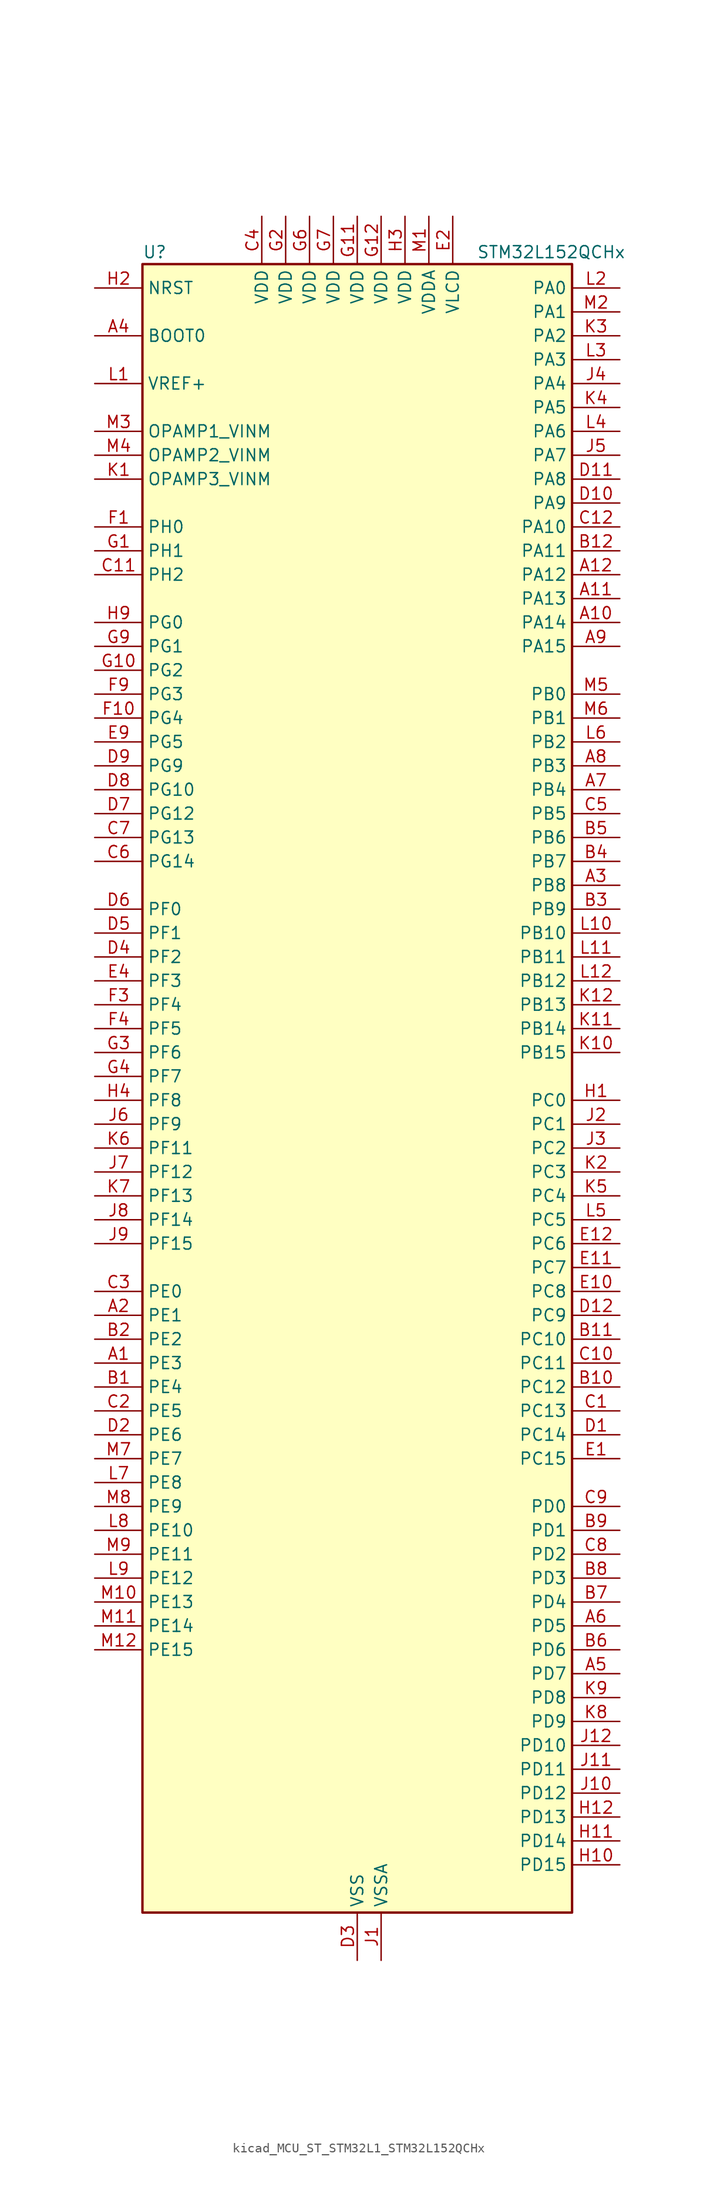
<source format=kicad_sym>
(kicad_symbol_lib
  (version 20220914)
  (generator kicad_symbol_editor)
  (symbol "kicad_MCU_ST_STM32L1_STM32L152QCHx"
    (property "Reference" "U"
      (at -22.86 90.17 0)
      (effects (font (size 1.27 1.27)) (justify left)))
    (property "Value" "STM32L152QCHx"
      (at 12.7 90.17 0)
      (effects (font (size 1.27 1.27)) (justify left)))
    (property "ki_locked" ""
      (at 0 0 0)
      (effects (font (size 1.27 1.27))))
    (symbol "kicad_MCU_ST_STM32L1_STM32L152QCHx_0_1"
      (rectangle (start -22.86 -86.36) (end 22.86 88.9) (stroke (width 0.254) (type default)) (fill (type background))))
    (symbol "kicad_MCU_ST_STM32L1_STM32L152QCHx_1_1"
      (pin bidirectional line (at -27.94 -27.94 0) (length 5.08) (name "PE3" (effects (font (size 1.27 1.27)))) (number "A1" (effects (font (size 1.27 1.27)))) (alternate "LCD_SEG39" bidirectional line) (alternate "SYS_TRACED0" bidirectional line) (alternate "TIM3_CH1" bidirectional line) (alternate "TIMX_IC4" bidirectional line))
      (pin bidirectional line (at 27.94 50.8 180) (length 5.08) (name "PA14" (effects (font (size 1.27 1.27)))) (number "A10" (effects (font (size 1.27 1.27)))) (alternate "SYS_JTCK-SWCLK" bidirectional line) (alternate "TIMX_IC3" bidirectional line) (alternate "TS_G5_IO2" bidirectional line))
      (pin bidirectional line (at 27.94 53.34 180) (length 5.08) (name "PA13" (effects (font (size 1.27 1.27)))) (number "A11" (effects (font (size 1.27 1.27)))) (alternate "SYS_JTMS-SWDIO" bidirectional line) (alternate "TIMX_IC2" bidirectional line) (alternate "TS_G5_IO1" bidirectional line))
      (pin bidirectional line (at 27.94 55.88 180) (length 5.08) (name "PA12" (effects (font (size 1.27 1.27)))) (number "A12" (effects (font (size 1.27 1.27)))) (alternate "SPI1_MOSI" bidirectional line) (alternate "TIMX_IC1" bidirectional line) (alternate "USART1_RTS" bidirectional line) (alternate "USB_DP" bidirectional line))
      (pin bidirectional line (at -27.94 -22.86 0) (length 5.08) (name "PE1" (effects (font (size 1.27 1.27)))) (number "A2" (effects (font (size 1.27 1.27)))) (alternate "LCD_SEG37" bidirectional line) (alternate "TIM11_CH1" bidirectional line) (alternate "TIMX_IC2" bidirectional line))
      (pin bidirectional line (at 27.94 22.86 180) (length 5.08) (name "PB8" (effects (font (size 1.27 1.27)))) (number "A3" (effects (font (size 1.27 1.27)))) (alternate "I2C1_SCL" bidirectional line) (alternate "LCD_SEG16" bidirectional line) (alternate "TIM10_CH1" bidirectional line) (alternate "TIM4_CH3" bidirectional line))
      (pin input line (at -27.94 81.28 0) (length 5.08) (name "BOOT0" (effects (font (size 1.27 1.27)))) (number "A4" (effects (font (size 1.27 1.27)))))
      (pin bidirectional line (at 27.94 -60.96 180) (length 5.08) (name "PD7" (effects (font (size 1.27 1.27)))) (number "A5" (effects (font (size 1.27 1.27)))) (alternate "TIM9_CH2" bidirectional line) (alternate "TIMX_IC4" bidirectional line) (alternate "USART2_CK" bidirectional line))
      (pin bidirectional line (at 27.94 -55.88 180) (length 5.08) (name "PD5" (effects (font (size 1.27 1.27)))) (number "A6" (effects (font (size 1.27 1.27)))) (alternate "TIMX_IC2" bidirectional line) (alternate "USART2_TX" bidirectional line))
      (pin bidirectional line (at 27.94 33.02 180) (length 5.08) (name "PB4" (effects (font (size 1.27 1.27)))) (number "A7" (effects (font (size 1.27 1.27)))) (alternate "COMP2_INP" bidirectional line) (alternate "LCD_SEG8" bidirectional line) (alternate "SPI1_MISO" bidirectional line) (alternate "SPI3_MISO" bidirectional line) (alternate "SYS_JTRST" bidirectional line) (alternate "TIM3_CH1" bidirectional line) (alternate "TS_G6_IO1" bidirectional line))
      (pin bidirectional line (at 27.94 35.56 180) (length 5.08) (name "PB3" (effects (font (size 1.27 1.27)))) (number "A8" (effects (font (size 1.27 1.27)))) (alternate "COMP2_INM" bidirectional line) (alternate "I2S3_CK" bidirectional line) (alternate "LCD_SEG7" bidirectional line) (alternate "SPI1_SCK" bidirectional line) (alternate "SPI3_SCK" bidirectional line) (alternate "SYS_JTDO-TRACESWO" bidirectional line) (alternate "TIM2_CH2" bidirectional line))
      (pin bidirectional line (at 27.94 48.26 180) (length 5.08) (name "PA15" (effects (font (size 1.27 1.27)))) (number "A9" (effects (font (size 1.27 1.27)))) (alternate "ADC_EXTI15" bidirectional line) (alternate "I2S3_WS" bidirectional line) (alternate "LCD_SEG17" bidirectional line) (alternate "SPI1_NSS" bidirectional line) (alternate "SPI3_NSS" bidirectional line) (alternate "SYS_JTDI" bidirectional line) (alternate "TIM2_CH1" bidirectional line) (alternate "TIM2_ETR" bidirectional line) (alternate "TIMX_IC4" bidirectional line) (alternate "TS_G5_IO3" bidirectional line))
      (pin bidirectional line (at -27.94 -30.48 0) (length 5.08) (name "PE4" (effects (font (size 1.27 1.27)))) (number "B1" (effects (font (size 1.27 1.27)))) (alternate "SYS_TRACED1" bidirectional line) (alternate "TIM3_CH2" bidirectional line) (alternate "TIMX_IC1" bidirectional line))
      (pin bidirectional line (at 27.94 -30.48 180) (length 5.08) (name "PC12" (effects (font (size 1.27 1.27)))) (number "B10" (effects (font (size 1.27 1.27)))) (alternate "I2S3_SD" bidirectional line) (alternate "LCD_COM6" bidirectional line) (alternate "LCD_SEG30" bidirectional line) (alternate "LCD_SEG42" bidirectional line) (alternate "SPI3_MOSI" bidirectional line) (alternate "TIMX_IC1" bidirectional line) (alternate "USART3_CK" bidirectional line))
      (pin bidirectional line (at 27.94 -25.4 180) (length 5.08) (name "PC10" (effects (font (size 1.27 1.27)))) (number "B11" (effects (font (size 1.27 1.27)))) (alternate "I2S3_CK" bidirectional line) (alternate "LCD_COM4" bidirectional line) (alternate "LCD_SEG28" bidirectional line) (alternate "LCD_SEG40" bidirectional line) (alternate "SPI3_SCK" bidirectional line) (alternate "TIMX_IC3" bidirectional line) (alternate "USART3_TX" bidirectional line))
      (pin bidirectional line (at 27.94 58.42 180) (length 5.08) (name "PA11" (effects (font (size 1.27 1.27)))) (number "B12" (effects (font (size 1.27 1.27)))) (alternate "ADC_EXTI11" bidirectional line) (alternate "SPI1_MISO" bidirectional line) (alternate "TIMX_IC4" bidirectional line) (alternate "USART1_CTS" bidirectional line) (alternate "USB_DM" bidirectional line))
      (pin bidirectional line (at -27.94 -25.4 0) (length 5.08) (name "PE2" (effects (font (size 1.27 1.27)))) (number "B2" (effects (font (size 1.27 1.27)))) (alternate "LCD_SEG38" bidirectional line) (alternate "SYS_TRACECK" bidirectional line) (alternate "TIM3_ETR" bidirectional line) (alternate "TIMX_IC3" bidirectional line))
      (pin bidirectional line (at 27.94 20.32 180) (length 5.08) (name "PB9" (effects (font (size 1.27 1.27)))) (number "B3" (effects (font (size 1.27 1.27)))) (alternate "DAC_EXTI9" bidirectional line) (alternate "I2C1_SDA" bidirectional line) (alternate "LCD_COM3" bidirectional line) (alternate "TIM11_CH1" bidirectional line) (alternate "TIM4_CH4" bidirectional line))
      (pin bidirectional line (at 27.94 25.4 180) (length 5.08) (name "PB7" (effects (font (size 1.27 1.27)))) (number "B4" (effects (font (size 1.27 1.27)))) (alternate "COMP2_INP" bidirectional line) (alternate "I2C1_SDA" bidirectional line) (alternate "SYS_PVD_IN" bidirectional line) (alternate "TIM4_CH2" bidirectional line) (alternate "TS_G6_IO4" bidirectional line) (alternate "USART1_RX" bidirectional line))
      (pin bidirectional line (at 27.94 27.94 180) (length 5.08) (name "PB6" (effects (font (size 1.27 1.27)))) (number "B5" (effects (font (size 1.27 1.27)))) (alternate "COMP2_INP" bidirectional line) (alternate "I2C1_SCL" bidirectional line) (alternate "TIM4_CH1" bidirectional line) (alternate "TS_G6_IO3" bidirectional line) (alternate "USART1_TX" bidirectional line))
      (pin bidirectional line (at 27.94 -58.42 180) (length 5.08) (name "PD6" (effects (font (size 1.27 1.27)))) (number "B6" (effects (font (size 1.27 1.27)))) (alternate "TIMX_IC3" bidirectional line) (alternate "USART2_RX" bidirectional line))
      (pin bidirectional line (at 27.94 -53.34 180) (length 5.08) (name "PD4" (effects (font (size 1.27 1.27)))) (number "B7" (effects (font (size 1.27 1.27)))) (alternate "I2S2_SD" bidirectional line) (alternate "SPI2_MOSI" bidirectional line) (alternate "TIMX_IC1" bidirectional line) (alternate "USART2_RTS" bidirectional line))
      (pin bidirectional line (at 27.94 -50.8 180) (length 5.08) (name "PD3" (effects (font (size 1.27 1.27)))) (number "B8" (effects (font (size 1.27 1.27)))) (alternate "SPI2_MISO" bidirectional line) (alternate "TIMX_IC4" bidirectional line) (alternate "USART2_CTS" bidirectional line))
      (pin bidirectional line (at 27.94 -45.72 180) (length 5.08) (name "PD1" (effects (font (size 1.27 1.27)))) (number "B9" (effects (font (size 1.27 1.27)))) (alternate "I2S2_CK" bidirectional line) (alternate "SPI2_SCK" bidirectional line) (alternate "TIMX_IC2" bidirectional line))
      (pin bidirectional line (at 27.94 -33.02 180) (length 5.08) (name "PC13" (effects (font (size 1.27 1.27)))) (number "C1" (effects (font (size 1.27 1.27)))) (alternate "RTC_OUT_ALARM" bidirectional line) (alternate "RTC_OUT_CALIB" bidirectional line) (alternate "RTC_TAMP1" bidirectional line) (alternate "RTC_TS" bidirectional line) (alternate "SYS_WKUP2" bidirectional line) (alternate "TIMX_IC2" bidirectional line))
      (pin bidirectional line (at 27.94 -27.94 180) (length 5.08) (name "PC11" (effects (font (size 1.27 1.27)))) (number "C10" (effects (font (size 1.27 1.27)))) (alternate "ADC_EXTI11" bidirectional line) (alternate "LCD_COM5" bidirectional line) (alternate "LCD_SEG29" bidirectional line) (alternate "LCD_SEG41" bidirectional line) (alternate "SPI3_MISO" bidirectional line) (alternate "TIMX_IC4" bidirectional line) (alternate "USART3_RX" bidirectional line))
      (pin bidirectional line (at -27.94 55.88 0) (length 5.08) (name "PH2" (effects (font (size 1.27 1.27)))) (number "C11" (effects (font (size 1.27 1.27)))))
      (pin bidirectional line (at 27.94 60.96 180) (length 5.08) (name "PA10" (effects (font (size 1.27 1.27)))) (number "C12" (effects (font (size 1.27 1.27)))) (alternate "LCD_COM2" bidirectional line) (alternate "TIMX_IC3" bidirectional line) (alternate "TS_G4_IO3" bidirectional line) (alternate "USART1_RX" bidirectional line))
      (pin bidirectional line (at -27.94 -33.02 0) (length 5.08) (name "PE5" (effects (font (size 1.27 1.27)))) (number "C2" (effects (font (size 1.27 1.27)))) (alternate "SYS_TRACED2" bidirectional line) (alternate "TIM9_CH1" bidirectional line) (alternate "TIMX_IC2" bidirectional line))
      (pin bidirectional line (at -27.94 -20.32 0) (length 5.08) (name "PE0" (effects (font (size 1.27 1.27)))) (number "C3" (effects (font (size 1.27 1.27)))) (alternate "LCD_SEG36" bidirectional line) (alternate "TIM10_CH1" bidirectional line) (alternate "TIM4_ETR" bidirectional line) (alternate "TIMX_IC1" bidirectional line))
      (pin power_in line (at -10.16 93.98 270) (length 5.08) (name "VDD" (effects (font (size 1.27 1.27)))) (number "C4" (effects (font (size 1.27 1.27)))))
      (pin bidirectional line (at 27.94 30.48 180) (length 5.08) (name "PB5" (effects (font (size 1.27 1.27)))) (number "C5" (effects (font (size 1.27 1.27)))) (alternate "COMP2_INP" bidirectional line) (alternate "I2C1_SMBA" bidirectional line) (alternate "I2S3_SD" bidirectional line) (alternate "LCD_SEG9" bidirectional line) (alternate "SPI1_MOSI" bidirectional line) (alternate "SPI3_MOSI" bidirectional line) (alternate "TIM3_CH2" bidirectional line) (alternate "TS_G6_IO2" bidirectional line))
      (pin bidirectional line (at -27.94 25.4 0) (length 5.08) (name "PG14" (effects (font (size 1.27 1.27)))) (number "C6" (effects (font (size 1.27 1.27)))))
      (pin bidirectional line (at -27.94 27.94 0) (length 5.08) (name "PG13" (effects (font (size 1.27 1.27)))) (number "C7" (effects (font (size 1.27 1.27)))))
      (pin bidirectional line (at 27.94 -48.26 180) (length 5.08) (name "PD2" (effects (font (size 1.27 1.27)))) (number "C8" (effects (font (size 1.27 1.27)))) (alternate "LCD_COM7" bidirectional line) (alternate "LCD_SEG31" bidirectional line) (alternate "LCD_SEG43" bidirectional line) (alternate "TIM3_ETR" bidirectional line) (alternate "TIMX_IC3" bidirectional line))
      (pin bidirectional line (at 27.94 -43.18 180) (length 5.08) (name "PD0" (effects (font (size 1.27 1.27)))) (number "C9" (effects (font (size 1.27 1.27)))) (alternate "I2S2_WS" bidirectional line) (alternate "SPI2_NSS" bidirectional line) (alternate "TIM9_CH1" bidirectional line) (alternate "TIMX_IC1" bidirectional line))
      (pin bidirectional line (at 27.94 -35.56 180) (length 5.08) (name "PC14" (effects (font (size 1.27 1.27)))) (number "D1" (effects (font (size 1.27 1.27)))) (alternate "RCC_OSC32_IN" bidirectional line) (alternate "TIMX_IC3" bidirectional line))
      (pin bidirectional line (at 27.94 63.5 180) (length 5.08) (name "PA9" (effects (font (size 1.27 1.27)))) (number "D10" (effects (font (size 1.27 1.27)))) (alternate "DAC_EXTI9" bidirectional line) (alternate "LCD_COM1" bidirectional line) (alternate "TIMX_IC2" bidirectional line) (alternate "TS_G4_IO2" bidirectional line) (alternate "USART1_TX" bidirectional line))
      (pin bidirectional line (at 27.94 66.04 180) (length 5.08) (name "PA8" (effects (font (size 1.27 1.27)))) (number "D11" (effects (font (size 1.27 1.27)))) (alternate "LCD_COM0" bidirectional line) (alternate "RCC_MCO" bidirectional line) (alternate "TIMX_IC1" bidirectional line) (alternate "TS_G4_IO1" bidirectional line) (alternate "USART1_CK" bidirectional line))
      (pin bidirectional line (at 27.94 -22.86 180) (length 5.08) (name "PC9" (effects (font (size 1.27 1.27)))) (number "D12" (effects (font (size 1.27 1.27)))) (alternate "DAC_EXTI9" bidirectional line) (alternate "LCD_SEG27" bidirectional line) (alternate "TIM3_CH4" bidirectional line) (alternate "TIMX_IC2" bidirectional line) (alternate "TS_G10_IO4" bidirectional line))
      (pin bidirectional line (at -27.94 -35.56 0) (length 5.08) (name "PE6" (effects (font (size 1.27 1.27)))) (number "D2" (effects (font (size 1.27 1.27)))) (alternate "RTC_TAMP3" bidirectional line) (alternate "SYS_TRACED3" bidirectional line) (alternate "SYS_WKUP3" bidirectional line) (alternate "TIM9_CH2" bidirectional line) (alternate "TIMX_IC3" bidirectional line))
      (pin power_in line (at 0 -91.44 90) (length 5.08) (name "VSS" (effects (font (size 1.27 1.27)))) (number "D3" (effects (font (size 1.27 1.27)))))
      (pin bidirectional line (at -27.94 15.24 0) (length 5.08) (name "PF2" (effects (font (size 1.27 1.27)))) (number "D4" (effects (font (size 1.27 1.27)))))
      (pin bidirectional line (at -27.94 17.78 0) (length 5.08) (name "PF1" (effects (font (size 1.27 1.27)))) (number "D5" (effects (font (size 1.27 1.27)))))
      (pin bidirectional line (at -27.94 20.32 0) (length 5.08) (name "PF0" (effects (font (size 1.27 1.27)))) (number "D6" (effects (font (size 1.27 1.27)))))
      (pin bidirectional line (at -27.94 30.48 0) (length 5.08) (name "PG12" (effects (font (size 1.27 1.27)))) (number "D7" (effects (font (size 1.27 1.27)))))
      (pin bidirectional line (at -27.94 33.02 0) (length 5.08) (name "PG10" (effects (font (size 1.27 1.27)))) (number "D8" (effects (font (size 1.27 1.27)))))
      (pin bidirectional line (at -27.94 35.56 0) (length 5.08) (name "PG9" (effects (font (size 1.27 1.27)))) (number "D9" (effects (font (size 1.27 1.27)))) (alternate "DAC_EXTI9" bidirectional line))
      (pin bidirectional line (at 27.94 -38.1 180) (length 5.08) (name "PC15" (effects (font (size 1.27 1.27)))) (number "E1" (effects (font (size 1.27 1.27)))) (alternate "ADC_EXTI15" bidirectional line) (alternate "RCC_OSC32_OUT" bidirectional line) (alternate "TIMX_IC4" bidirectional line))
      (pin bidirectional line (at 27.94 -20.32 180) (length 5.08) (name "PC8" (effects (font (size 1.27 1.27)))) (number "E10" (effects (font (size 1.27 1.27)))) (alternate "LCD_SEG26" bidirectional line) (alternate "TIM3_CH3" bidirectional line) (alternate "TIMX_IC1" bidirectional line) (alternate "TS_G10_IO3" bidirectional line))
      (pin bidirectional line (at 27.94 -17.78 180) (length 5.08) (name "PC7" (effects (font (size 1.27 1.27)))) (number "E11" (effects (font (size 1.27 1.27)))) (alternate "I2S3_MCK" bidirectional line) (alternate "LCD_SEG25" bidirectional line) (alternate "TIM3_CH2" bidirectional line) (alternate "TIMX_IC4" bidirectional line) (alternate "TS_G10_IO2" bidirectional line))
      (pin bidirectional line (at 27.94 -15.24 180) (length 5.08) (name "PC6" (effects (font (size 1.27 1.27)))) (number "E12" (effects (font (size 1.27 1.27)))) (alternate "I2S2_MCK" bidirectional line) (alternate "LCD_SEG24" bidirectional line) (alternate "TIM3_CH1" bidirectional line) (alternate "TIMX_IC3" bidirectional line) (alternate "TS_G10_IO1" bidirectional line))
      (pin power_in line (at 10.16 93.98 270) (length 5.08) (name "VLCD" (effects (font (size 1.27 1.27)))) (number "E2" (effects (font (size 1.27 1.27)))))
      (pin passive line (at 0 -91.44 90) (length 5.08) hide (name "VSS" (effects (font (size 1.27 1.27)))) (number "E3" (effects (font (size 1.27 1.27)))))
      (pin bidirectional line (at -27.94 12.7 0) (length 5.08) (name "PF3" (effects (font (size 1.27 1.27)))) (number "E4" (effects (font (size 1.27 1.27)))))
      (pin bidirectional line (at -27.94 38.1 0) (length 5.08) (name "PG5" (effects (font (size 1.27 1.27)))) (number "E9" (effects (font (size 1.27 1.27)))))
      (pin bidirectional line (at -27.94 60.96 0) (length 5.08) (name "PH0" (effects (font (size 1.27 1.27)))) (number "F1" (effects (font (size 1.27 1.27)))) (alternate "RCC_OSC_IN" bidirectional line))
      (pin bidirectional line (at -27.94 40.64 0) (length 5.08) (name "PG4" (effects (font (size 1.27 1.27)))) (number "F10" (effects (font (size 1.27 1.27)))) (alternate "ADC_IN12b" bidirectional line) (alternate "TS_G7_IO7" bidirectional line))
      (pin passive line (at 0 -91.44 90) (length 5.08) hide (name "VSS" (effects (font (size 1.27 1.27)))) (number "F11" (effects (font (size 1.27 1.27)))))
      (pin passive line (at 0 -91.44 90) (length 5.08) hide (name "VSS" (effects (font (size 1.27 1.27)))) (number "F12" (effects (font (size 1.27 1.27)))))
      (pin passive line (at 0 -91.44 90) (length 5.08) hide (name "VSS" (effects (font (size 1.27 1.27)))) (number "F2" (effects (font (size 1.27 1.27)))))
      (pin bidirectional line (at -27.94 10.16 0) (length 5.08) (name "PF4" (effects (font (size 1.27 1.27)))) (number "F3" (effects (font (size 1.27 1.27)))))
      (pin bidirectional line (at -27.94 7.62 0) (length 5.08) (name "PF5" (effects (font (size 1.27 1.27)))) (number "F4" (effects (font (size 1.27 1.27)))))
      (pin passive line (at 0 -91.44 90) (length 5.08) hide (name "VSS" (effects (font (size 1.27 1.27)))) (number "F6" (effects (font (size 1.27 1.27)))))
      (pin passive line (at 0 -91.44 90) (length 5.08) hide (name "VSS" (effects (font (size 1.27 1.27)))) (number "F7" (effects (font (size 1.27 1.27)))))
      (pin bidirectional line (at -27.94 43.18 0) (length 5.08) (name "PG3" (effects (font (size 1.27 1.27)))) (number "F9" (effects (font (size 1.27 1.27)))) (alternate "ADC_IN11b" bidirectional line) (alternate "TS_G7_IO6" bidirectional line))
      (pin bidirectional line (at -27.94 58.42 0) (length 5.08) (name "PH1" (effects (font (size 1.27 1.27)))) (number "G1" (effects (font (size 1.27 1.27)))) (alternate "RCC_OSC_OUT" bidirectional line))
      (pin bidirectional line (at -27.94 45.72 0) (length 5.08) (name "PG2" (effects (font (size 1.27 1.27)))) (number "G10" (effects (font (size 1.27 1.27)))) (alternate "ADC_IN10b" bidirectional line) (alternate "TS_G7_IO5" bidirectional line))
      (pin power_in line (at 0 93.98 270) (length 5.08) (name "VDD" (effects (font (size 1.27 1.27)))) (number "G11" (effects (font (size 1.27 1.27)))))
      (pin power_in line (at 2.54 93.98 270) (length 5.08) (name "VDD" (effects (font (size 1.27 1.27)))) (number "G12" (effects (font (size 1.27 1.27)))))
      (pin power_in line (at -7.62 93.98 270) (length 5.08) (name "VDD" (effects (font (size 1.27 1.27)))) (number "G2" (effects (font (size 1.27 1.27)))))
      (pin bidirectional line (at -27.94 5.08 0) (length 5.08) (name "PF6" (effects (font (size 1.27 1.27)))) (number "G3" (effects (font (size 1.27 1.27)))) (alternate "ADC_IN27" bidirectional line) (alternate "TIM5_CH1" bidirectional line) (alternate "TIM5_ETR" bidirectional line) (alternate "TS_G11_IO1" bidirectional line))
      (pin bidirectional line (at -27.94 2.54 0) (length 5.08) (name "PF7" (effects (font (size 1.27 1.27)))) (number "G4" (effects (font (size 1.27 1.27)))) (alternate "ADC_IN28" bidirectional line) (alternate "COMP1_INP" bidirectional line) (alternate "TIM5_CH2" bidirectional line) (alternate "TS_G11_IO2" bidirectional line))
      (pin power_in line (at -5.08 93.98 270) (length 5.08) (name "VDD" (effects (font (size 1.27 1.27)))) (number "G6" (effects (font (size 1.27 1.27)))))
      (pin power_in line (at -2.54 93.98 270) (length 5.08) (name "VDD" (effects (font (size 1.27 1.27)))) (number "G7" (effects (font (size 1.27 1.27)))))
      (pin bidirectional line (at -27.94 48.26 0) (length 5.08) (name "PG1" (effects (font (size 1.27 1.27)))) (number "G9" (effects (font (size 1.27 1.27)))) (alternate "ADC_IN9b" bidirectional line) (alternate "TS_G2_IO5" bidirectional line))
      (pin bidirectional line (at 27.94 0 180) (length 5.08) (name "PC0" (effects (font (size 1.27 1.27)))) (number "H1" (effects (font (size 1.27 1.27)))) (alternate "ADC_IN10" bidirectional line) (alternate "COMP1_INP" bidirectional line) (alternate "LCD_SEG18" bidirectional line) (alternate "TIMX_IC1" bidirectional line) (alternate "TS_G8_IO1" bidirectional line))
      (pin bidirectional line (at 27.94 -81.28 180) (length 5.08) (name "PD15" (effects (font (size 1.27 1.27)))) (number "H10" (effects (font (size 1.27 1.27)))) (alternate "ADC_EXTI15" bidirectional line) (alternate "LCD_SEG35" bidirectional line) (alternate "TIM4_CH4" bidirectional line) (alternate "TIMX_IC4" bidirectional line))
      (pin bidirectional line (at 27.94 -78.74 180) (length 5.08) (name "PD14" (effects (font (size 1.27 1.27)))) (number "H11" (effects (font (size 1.27 1.27)))) (alternate "LCD_SEG34" bidirectional line) (alternate "TIM4_CH3" bidirectional line) (alternate "TIMX_IC3" bidirectional line))
      (pin bidirectional line (at 27.94 -76.2 180) (length 5.08) (name "PD13" (effects (font (size 1.27 1.27)))) (number "H12" (effects (font (size 1.27 1.27)))) (alternate "LCD_SEG33" bidirectional line) (alternate "TIM4_CH2" bidirectional line) (alternate "TIMX_IC2" bidirectional line))
      (pin input line (at -27.94 86.36 0) (length 5.08) (name "NRST" (effects (font (size 1.27 1.27)))) (number "H2" (effects (font (size 1.27 1.27)))))
      (pin power_in line (at 5.08 93.98 270) (length 5.08) (name "VDD" (effects (font (size 1.27 1.27)))) (number "H3" (effects (font (size 1.27 1.27)))))
      (pin bidirectional line (at -27.94 0 0) (length 5.08) (name "PF8" (effects (font (size 1.27 1.27)))) (number "H4" (effects (font (size 1.27 1.27)))) (alternate "ADC_IN29" bidirectional line) (alternate "COMP1_INP" bidirectional line) (alternate "TIM5_CH3" bidirectional line) (alternate "TS_G11_IO3" bidirectional line))
      (pin bidirectional line (at -27.94 50.8 0) (length 5.08) (name "PG0" (effects (font (size 1.27 1.27)))) (number "H9" (effects (font (size 1.27 1.27)))) (alternate "ADC_IN8b" bidirectional line) (alternate "TS_G2_IO4" bidirectional line))
      (pin power_in line (at 2.54 -91.44 90) (length 5.08) (name "VSSA" (effects (font (size 1.27 1.27)))) (number "J1" (effects (font (size 1.27 1.27)))))
      (pin bidirectional line (at 27.94 -73.66 180) (length 5.08) (name "PD12" (effects (font (size 1.27 1.27)))) (number "J10" (effects (font (size 1.27 1.27)))) (alternate "LCD_SEG32" bidirectional line) (alternate "TIM4_CH1" bidirectional line) (alternate "TIMX_IC1" bidirectional line) (alternate "USART3_RTS" bidirectional line))
      (pin bidirectional line (at 27.94 -71.12 180) (length 5.08) (name "PD11" (effects (font (size 1.27 1.27)))) (number "J11" (effects (font (size 1.27 1.27)))) (alternate "ADC_EXTI11" bidirectional line) (alternate "LCD_SEG31" bidirectional line) (alternate "TIMX_IC4" bidirectional line) (alternate "USART3_CTS" bidirectional line))
      (pin bidirectional line (at 27.94 -68.58 180) (length 5.08) (name "PD10" (effects (font (size 1.27 1.27)))) (number "J12" (effects (font (size 1.27 1.27)))) (alternate "LCD_SEG30" bidirectional line) (alternate "TIMX_IC3" bidirectional line) (alternate "USART3_CK" bidirectional line))
      (pin bidirectional line (at 27.94 -2.54 180) (length 5.08) (name "PC1" (effects (font (size 1.27 1.27)))) (number "J2" (effects (font (size 1.27 1.27)))) (alternate "ADC_IN11" bidirectional line) (alternate "COMP1_INP" bidirectional line) (alternate "LCD_SEG19" bidirectional line) (alternate "TIMX_IC2" bidirectional line) (alternate "TS_G8_IO2" bidirectional line))
      (pin bidirectional line (at 27.94 -5.08 180) (length 5.08) (name "PC2" (effects (font (size 1.27 1.27)))) (number "J3" (effects (font (size 1.27 1.27)))) (alternate "ADC_IN12" bidirectional line) (alternate "COMP1_INP" bidirectional line) (alternate "LCD_SEG20" bidirectional line) (alternate "TIMX_IC3" bidirectional line) (alternate "TS_G8_IO3" bidirectional line))
      (pin bidirectional line (at 27.94 76.2 180) (length 5.08) (name "PA4" (effects (font (size 1.27 1.27)))) (number "J4" (effects (font (size 1.27 1.27)))) (alternate "ADC_IN4" bidirectional line) (alternate "COMP1_INP" bidirectional line) (alternate "DAC_OUT1" bidirectional line) (alternate "I2S3_WS" bidirectional line) (alternate "SPI1_NSS" bidirectional line) (alternate "SPI3_NSS" bidirectional line) (alternate "TIMX_IC1" bidirectional line) (alternate "USART2_CK" bidirectional line))
      (pin bidirectional line (at 27.94 68.58 180) (length 5.08) (name "PA7" (effects (font (size 1.27 1.27)))) (number "J5" (effects (font (size 1.27 1.27)))) (alternate "ADC_IN7" bidirectional line) (alternate "COMP1_INP" bidirectional line) (alternate "LCD_SEG4" bidirectional line) (alternate "SPI1_MOSI" bidirectional line) (alternate "TIM11_CH1" bidirectional line) (alternate "TIM3_CH2" bidirectional line) (alternate "TIMX_IC4" bidirectional line) (alternate "TS_G2_IO2" bidirectional line))
      (pin bidirectional line (at -27.94 -2.54 0) (length 5.08) (name "PF9" (effects (font (size 1.27 1.27)))) (number "J6" (effects (font (size 1.27 1.27)))) (alternate "ADC_IN30" bidirectional line) (alternate "COMP1_INP" bidirectional line) (alternate "DAC_EXTI9" bidirectional line) (alternate "TIM5_CH4" bidirectional line) (alternate "TS_G11_IO4" bidirectional line))
      (pin bidirectional line (at -27.94 -7.62 0) (length 5.08) (name "PF12" (effects (font (size 1.27 1.27)))) (number "J7" (effects (font (size 1.27 1.27)))) (alternate "ADC_IN2b" bidirectional line) (alternate "TS_G3_IO5" bidirectional line))
      (pin bidirectional line (at -27.94 -12.7 0) (length 5.08) (name "PF14" (effects (font (size 1.27 1.27)))) (number "J8" (effects (font (size 1.27 1.27)))) (alternate "ADC_IN6b" bidirectional line) (alternate "TS_G9_IO4" bidirectional line))
      (pin bidirectional line (at -27.94 -15.24 0) (length 5.08) (name "PF15" (effects (font (size 1.27 1.27)))) (number "J9" (effects (font (size 1.27 1.27)))) (alternate "ADC_EXTI15" bidirectional line) (alternate "ADC_IN7b" bidirectional line) (alternate "TS_G2_IO3" bidirectional line))
      (pin input line (at -27.94 66.04 0) (length 5.08) (name "OPAMP3_VINM" (effects (font (size 1.27 1.27)))) (number "K1" (effects (font (size 1.27 1.27)))))
      (pin bidirectional line (at 27.94 5.08 180) (length 5.08) (name "PB15" (effects (font (size 1.27 1.27)))) (number "K10" (effects (font (size 1.27 1.27)))) (alternate "ADC_EXTI15" bidirectional line) (alternate "ADC_IN21" bidirectional line) (alternate "COMP1_INP" bidirectional line) (alternate "I2S2_SD" bidirectional line) (alternate "LCD_SEG15" bidirectional line) (alternate "RTC_REFIN" bidirectional line) (alternate "SPI2_MOSI" bidirectional line) (alternate "TIM11_CH1" bidirectional line) (alternate "TS_G7_IO4" bidirectional line))
      (pin bidirectional line (at 27.94 7.62 180) (length 5.08) (name "PB14" (effects (font (size 1.27 1.27)))) (number "K11" (effects (font (size 1.27 1.27)))) (alternate "ADC_IN20" bidirectional line) (alternate "COMP1_INP" bidirectional line) (alternate "LCD_SEG14" bidirectional line) (alternate "SPI2_MISO" bidirectional line) (alternate "TIM9_CH2" bidirectional line) (alternate "TS_G7_IO3" bidirectional line) (alternate "USART3_RTS" bidirectional line))
      (pin bidirectional line (at 27.94 10.16 180) (length 5.08) (name "PB13" (effects (font (size 1.27 1.27)))) (number "K12" (effects (font (size 1.27 1.27)))) (alternate "ADC_IN19" bidirectional line) (alternate "COMP1_INP" bidirectional line) (alternate "I2S2_CK" bidirectional line) (alternate "LCD_SEG13" bidirectional line) (alternate "SPI2_SCK" bidirectional line) (alternate "TIM9_CH1" bidirectional line) (alternate "TS_G7_IO2" bidirectional line) (alternate "USART3_CTS" bidirectional line))
      (pin bidirectional line (at 27.94 -7.62 180) (length 5.08) (name "PC3" (effects (font (size 1.27 1.27)))) (number "K2" (effects (font (size 1.27 1.27)))) (alternate "ADC_IN13" bidirectional line) (alternate "COMP1_INP" bidirectional line) (alternate "LCD_SEG21" bidirectional line) (alternate "TIMX_IC4" bidirectional line) (alternate "TS_G8_IO4" bidirectional line))
      (pin bidirectional line (at 27.94 81.28 180) (length 5.08) (name "PA2" (effects (font (size 1.27 1.27)))) (number "K3" (effects (font (size 1.27 1.27)))) (alternate "ADC_IN2" bidirectional line) (alternate "COMP1_INP" bidirectional line) (alternate "LCD_SEG1" bidirectional line) (alternate "TIM2_CH3" bidirectional line) (alternate "TIM5_CH3" bidirectional line) (alternate "TIM9_CH1" bidirectional line) (alternate "TIMX_IC3" bidirectional line) (alternate "TS_G1_IO3" bidirectional line) (alternate "USART2_TX" bidirectional line))
      (pin bidirectional line (at 27.94 73.66 180) (length 5.08) (name "PA5" (effects (font (size 1.27 1.27)))) (number "K4" (effects (font (size 1.27 1.27)))) (alternate "ADC_IN5" bidirectional line) (alternate "COMP1_INP" bidirectional line) (alternate "DAC_OUT2" bidirectional line) (alternate "SPI1_SCK" bidirectional line) (alternate "TIM2_CH1" bidirectional line) (alternate "TIM2_ETR" bidirectional line) (alternate "TIMX_IC2" bidirectional line))
      (pin bidirectional line (at 27.94 -10.16 180) (length 5.08) (name "PC4" (effects (font (size 1.27 1.27)))) (number "K5" (effects (font (size 1.27 1.27)))) (alternate "ADC_IN14" bidirectional line) (alternate "COMP1_INP" bidirectional line) (alternate "LCD_SEG22" bidirectional line) (alternate "TIMX_IC1" bidirectional line) (alternate "TS_G9_IO1" bidirectional line))
      (pin bidirectional line (at -27.94 -5.08 0) (length 5.08) (name "PF11" (effects (font (size 1.27 1.27)))) (number "K6" (effects (font (size 1.27 1.27)))) (alternate "ADC_EXTI11" bidirectional line) (alternate "ADC_IN1b" bidirectional line) (alternate "TS_G3_IO4" bidirectional line))
      (pin bidirectional line (at -27.94 -10.16 0) (length 5.08) (name "PF13" (effects (font (size 1.27 1.27)))) (number "K7" (effects (font (size 1.27 1.27)))) (alternate "ADC_IN3b" bidirectional line) (alternate "TS_G9_IO3" bidirectional line))
      (pin bidirectional line (at 27.94 -66.04 180) (length 5.08) (name "PD9" (effects (font (size 1.27 1.27)))) (number "K8" (effects (font (size 1.27 1.27)))) (alternate "DAC_EXTI9" bidirectional line) (alternate "LCD_SEG29" bidirectional line) (alternate "TIMX_IC2" bidirectional line) (alternate "USART3_RX" bidirectional line))
      (pin bidirectional line (at 27.94 -63.5 180) (length 5.08) (name "PD8" (effects (font (size 1.27 1.27)))) (number "K9" (effects (font (size 1.27 1.27)))) (alternate "LCD_SEG28" bidirectional line) (alternate "TIMX_IC1" bidirectional line) (alternate "USART3_TX" bidirectional line))
      (pin input line (at -27.94 76.2 0) (length 5.08) (name "VREF+" (effects (font (size 1.27 1.27)))) (number "L1" (effects (font (size 1.27 1.27)))))
      (pin bidirectional line (at 27.94 17.78 180) (length 5.08) (name "PB10" (effects (font (size 1.27 1.27)))) (number "L10" (effects (font (size 1.27 1.27)))) (alternate "I2C2_SCL" bidirectional line) (alternate "LCD_SEG10" bidirectional line) (alternate "TIM2_CH3" bidirectional line) (alternate "USART3_TX" bidirectional line))
      (pin bidirectional line (at 27.94 15.24 180) (length 5.08) (name "PB11" (effects (font (size 1.27 1.27)))) (number "L11" (effects (font (size 1.27 1.27)))) (alternate "ADC_EXTI11" bidirectional line) (alternate "I2C2_SDA" bidirectional line) (alternate "LCD_SEG11" bidirectional line) (alternate "TIM2_CH4" bidirectional line) (alternate "USART3_RX" bidirectional line))
      (pin bidirectional line (at 27.94 12.7 180) (length 5.08) (name "PB12" (effects (font (size 1.27 1.27)))) (number "L12" (effects (font (size 1.27 1.27)))) (alternate "ADC_IN18" bidirectional line) (alternate "COMP1_INP" bidirectional line) (alternate "I2C2_SMBA" bidirectional line) (alternate "I2S2_WS" bidirectional line) (alternate "LCD_SEG12" bidirectional line) (alternate "SPI2_NSS" bidirectional line) (alternate "TIM10_CH1" bidirectional line) (alternate "TS_G7_IO1" bidirectional line) (alternate "USART3_CK" bidirectional line))
      (pin bidirectional line (at 27.94 86.36 180) (length 5.08) (name "PA0" (effects (font (size 1.27 1.27)))) (number "L2" (effects (font (size 1.27 1.27)))) (alternate "ADC_IN0" bidirectional line) (alternate "COMP1_INP" bidirectional line) (alternate "RTC_TAMP2" bidirectional line) (alternate "SYS_WKUP1" bidirectional line) (alternate "TIM2_CH1" bidirectional line) (alternate "TIM2_ETR" bidirectional line) (alternate "TIM5_CH1" bidirectional line) (alternate "TIMX_IC1" bidirectional line) (alternate "TS_G1_IO1" bidirectional line) (alternate "USART2_CTS" bidirectional line))
      (pin bidirectional line (at 27.94 78.74 180) (length 5.08) (name "PA3" (effects (font (size 1.27 1.27)))) (number "L3" (effects (font (size 1.27 1.27)))) (alternate "ADC_IN3" bidirectional line) (alternate "COMP1_INP" bidirectional line) (alternate "LCD_SEG2" bidirectional line) (alternate "OPAMP1_VOUT" bidirectional line) (alternate "TIM2_CH4" bidirectional line) (alternate "TIM5_CH4" bidirectional line) (alternate "TIM9_CH2" bidirectional line) (alternate "TIMX_IC4" bidirectional line) (alternate "TS_G1_IO4" bidirectional line) (alternate "USART2_RX" bidirectional line))
      (pin bidirectional line (at 27.94 71.12 180) (length 5.08) (name "PA6" (effects (font (size 1.27 1.27)))) (number "L4" (effects (font (size 1.27 1.27)))) (alternate "ADC_IN6" bidirectional line) (alternate "COMP1_INP" bidirectional line) (alternate "LCD_SEG3" bidirectional line) (alternate "OPAMP2_VINP" bidirectional line) (alternate "SPI1_MISO" bidirectional line) (alternate "TIM10_CH1" bidirectional line) (alternate "TIM3_CH1" bidirectional line) (alternate "TIMX_IC3" bidirectional line) (alternate "TS_G2_IO1" bidirectional line))
      (pin bidirectional line (at 27.94 -12.7 180) (length 5.08) (name "PC5" (effects (font (size 1.27 1.27)))) (number "L5" (effects (font (size 1.27 1.27)))) (alternate "ADC_IN15" bidirectional line) (alternate "COMP1_INP" bidirectional line) (alternate "LCD_SEG23" bidirectional line) (alternate "TIMX_IC2" bidirectional line) (alternate "TS_G9_IO2" bidirectional line))
      (pin bidirectional line (at 27.94 38.1 180) (length 5.08) (name "PB2" (effects (font (size 1.27 1.27)))) (number "L6" (effects (font (size 1.27 1.27)))) (alternate "ADC_IN0b" bidirectional line) (alternate "TS_G3_IO3" bidirectional line))
      (pin bidirectional line (at -27.94 -40.64 0) (length 5.08) (name "PE8" (effects (font (size 1.27 1.27)))) (number "L7" (effects (font (size 1.27 1.27)))) (alternate "ADC_IN23" bidirectional line) (alternate "COMP1_INP" bidirectional line) (alternate "TIMX_IC1" bidirectional line))
      (pin bidirectional line (at -27.94 -45.72 0) (length 5.08) (name "PE10" (effects (font (size 1.27 1.27)))) (number "L8" (effects (font (size 1.27 1.27)))) (alternate "ADC_IN25" bidirectional line) (alternate "COMP1_INP" bidirectional line) (alternate "TIM2_CH2" bidirectional line) (alternate "TIMX_IC3" bidirectional line))
      (pin bidirectional line (at -27.94 -50.8 0) (length 5.08) (name "PE12" (effects (font (size 1.27 1.27)))) (number "L9" (effects (font (size 1.27 1.27)))) (alternate "SPI1_NSS" bidirectional line) (alternate "TIM2_CH4" bidirectional line) (alternate "TIMX_IC1" bidirectional line))
      (pin power_in line (at 7.62 93.98 270) (length 5.08) (name "VDDA" (effects (font (size 1.27 1.27)))) (number "M1" (effects (font (size 1.27 1.27)))))
      (pin bidirectional line (at -27.94 -53.34 0) (length 5.08) (name "PE13" (effects (font (size 1.27 1.27)))) (number "M10" (effects (font (size 1.27 1.27)))) (alternate "SPI1_SCK" bidirectional line) (alternate "TIMX_IC2" bidirectional line))
      (pin bidirectional line (at -27.94 -55.88 0) (length 5.08) (name "PE14" (effects (font (size 1.27 1.27)))) (number "M11" (effects (font (size 1.27 1.27)))) (alternate "SPI1_MISO" bidirectional line) (alternate "TIMX_IC3" bidirectional line))
      (pin bidirectional line (at -27.94 -58.42 0) (length 5.08) (name "PE15" (effects (font (size 1.27 1.27)))) (number "M12" (effects (font (size 1.27 1.27)))) (alternate "ADC_EXTI15" bidirectional line) (alternate "SPI1_MOSI" bidirectional line) (alternate "TIMX_IC4" bidirectional line))
      (pin bidirectional line (at 27.94 83.82 180) (length 5.08) (name "PA1" (effects (font (size 1.27 1.27)))) (number "M2" (effects (font (size 1.27 1.27)))) (alternate "ADC_IN1" bidirectional line) (alternate "COMP1_INP" bidirectional line) (alternate "LCD_SEG0" bidirectional line) (alternate "OPAMP1_VINP" bidirectional line) (alternate "TIM2_CH2" bidirectional line) (alternate "TIM5_CH2" bidirectional line) (alternate "TIMX_IC2" bidirectional line) (alternate "TS_G1_IO2" bidirectional line) (alternate "USART2_RTS" bidirectional line))
      (pin input line (at -27.94 71.12 0) (length 5.08) (name "OPAMP1_VINM" (effects (font (size 1.27 1.27)))) (number "M3" (effects (font (size 1.27 1.27)))) (alternate "OPAMP1_VINM" bidirectional line))
      (pin input line (at -27.94 68.58 0) (length 5.08) (name "OPAMP2_VINM" (effects (font (size 1.27 1.27)))) (number "M4" (effects (font (size 1.27 1.27)))) (alternate "OPAMP2_VINM" bidirectional line))
      (pin bidirectional line (at 27.94 43.18 180) (length 5.08) (name "PB0" (effects (font (size 1.27 1.27)))) (number "M5" (effects (font (size 1.27 1.27)))) (alternate "ADC_IN8" bidirectional line) (alternate "COMP1_INP" bidirectional line) (alternate "LCD_SEG5" bidirectional line) (alternate "OPAMP2_VOUT" bidirectional line) (alternate "SYS_V_REF_OUT" bidirectional line) (alternate "TIM3_CH3" bidirectional line) (alternate "TS_G3_IO1" bidirectional line))
      (pin bidirectional line (at 27.94 40.64 180) (length 5.08) (name "PB1" (effects (font (size 1.27 1.27)))) (number "M6" (effects (font (size 1.27 1.27)))) (alternate "ADC_IN9" bidirectional line) (alternate "COMP1_INP" bidirectional line) (alternate "LCD_SEG6" bidirectional line) (alternate "SYS_V_REF_OUT" bidirectional line) (alternate "TIM3_CH4" bidirectional line) (alternate "TS_G3_IO2" bidirectional line))
      (pin bidirectional line (at -27.94 -38.1 0) (length 5.08) (name "PE7" (effects (font (size 1.27 1.27)))) (number "M7" (effects (font (size 1.27 1.27)))) (alternate "ADC_IN22" bidirectional line) (alternate "COMP1_INP" bidirectional line) (alternate "TIMX_IC4" bidirectional line))
      (pin bidirectional line (at -27.94 -43.18 0) (length 5.08) (name "PE9" (effects (font (size 1.27 1.27)))) (number "M8" (effects (font (size 1.27 1.27)))) (alternate "ADC_IN24" bidirectional line) (alternate "COMP1_INP" bidirectional line) (alternate "DAC_EXTI9" bidirectional line) (alternate "TIM2_CH1" bidirectional line) (alternate "TIM2_ETR" bidirectional line) (alternate "TIMX_IC2" bidirectional line))
      (pin bidirectional line (at -27.94 -48.26 0) (length 5.08) (name "PE11" (effects (font (size 1.27 1.27)))) (number "M9" (effects (font (size 1.27 1.27)))) (alternate "ADC_EXTI11" bidirectional line) (alternate "TIM2_CH3" bidirectional line) (alternate "TIMX_IC4" bidirectional line)))))
</source>
